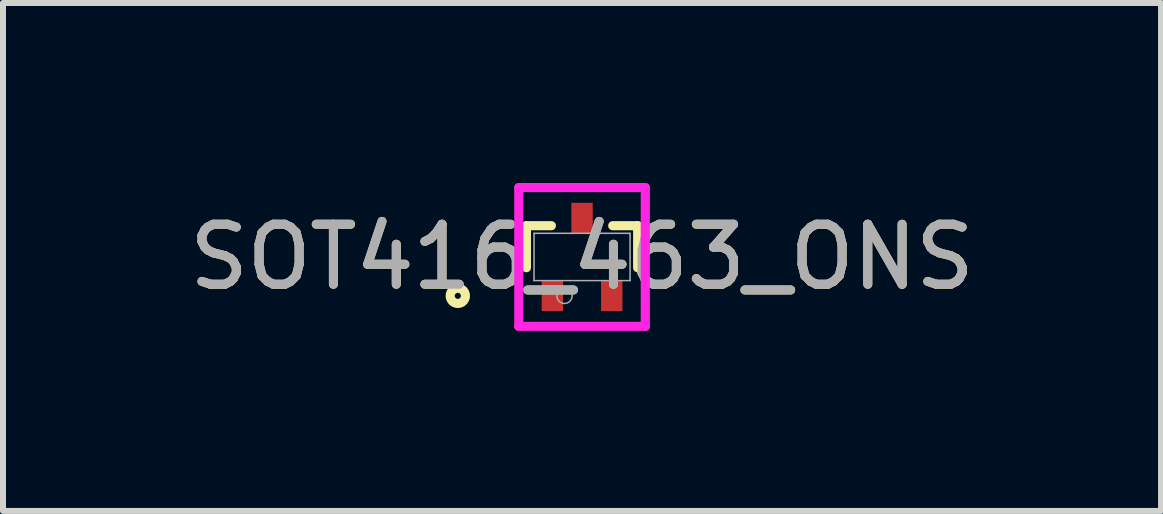
<source format=kicad_pcb>
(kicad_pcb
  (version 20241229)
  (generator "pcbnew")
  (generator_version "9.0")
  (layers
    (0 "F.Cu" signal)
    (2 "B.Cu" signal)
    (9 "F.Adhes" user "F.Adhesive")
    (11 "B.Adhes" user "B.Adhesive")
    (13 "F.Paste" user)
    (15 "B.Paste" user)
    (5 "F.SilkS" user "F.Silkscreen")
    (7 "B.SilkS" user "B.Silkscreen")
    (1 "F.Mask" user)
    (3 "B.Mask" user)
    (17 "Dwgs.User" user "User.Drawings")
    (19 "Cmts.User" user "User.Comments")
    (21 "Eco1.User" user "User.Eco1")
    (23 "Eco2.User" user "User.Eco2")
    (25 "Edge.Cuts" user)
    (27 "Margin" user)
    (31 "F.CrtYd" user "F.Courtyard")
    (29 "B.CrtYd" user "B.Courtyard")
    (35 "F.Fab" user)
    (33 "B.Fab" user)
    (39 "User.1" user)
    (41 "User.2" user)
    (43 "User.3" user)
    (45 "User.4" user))
  (footprint "SOT416_463_ONS"
    (layer "F.Cu")
    (at 6.649 1.232)
    (property "Reference" "SOT416_463_ONS" (at 0 0 0) (unlocked yes) (layer "F.SilkS") (effects (font (size 1 1) (thickness 0.15))))
    (attr smd)
    (fp_line (start -0.927 -0.521) (end -0.927 0.179) (stroke (width 0.152) (type solid)) (layer "F.SilkS"))
    (fp_line (start -0.511 -0.521) (end -0.927 -0.521) (stroke (width 0.152) (type solid)) (layer "F.SilkS"))
    (fp_line (start 0.927 -0.521) (end 0.511 -0.521) (stroke (width 0.152) (type solid)) (layer "F.SilkS"))
    (fp_line (start 0.927 0.179) (end 0.927 -0.521) (stroke (width 0.152) (type solid)) (layer "F.SilkS"))
    (fp_circle (center -2.07 0.648) (end -1.943 0.648) (stroke (width 0.152) (type solid)) (fill no) (layer "F.SilkS"))
    (fp_line (start -1.054 -1.156) (end 1.054 -1.156) (stroke (width 0.152) (type solid)) (layer "F.CrtYd"))
    (fp_line (start -1.054 1.156) (end -1.054 -1.156) (stroke (width 0.152) (type solid)) (layer "F.CrtYd"))
    (fp_line (start 1.054 -1.156) (end 1.054 1.156) (stroke (width 0.152) (type solid)) (layer "F.CrtYd"))
    (fp_line (start 1.054 1.156) (end -1.054 1.156) (stroke (width 0.152) (type solid)) (layer "F.CrtYd"))
    (fp_line (start -0.8 -0.394) (end -0.8 0.394) (stroke (width 0.025) (type solid)) (layer "F.Fab"))
    (fp_line (start -0.8 0.394) (end 0.8 0.394) (stroke (width 0.025) (type solid)) (layer "F.Fab"))
    (fp_line (start 0.8 -0.394) (end -0.8 -0.394) (stroke (width 0.025) (type solid)) (layer "F.Fab"))
    (fp_line (start 0.8 0.394) (end 0.8 -0.394) (stroke (width 0.025) (type solid)) (layer "F.Fab"))
    (fp_circle (center -0.292 0.648) (end -0.165 0.648) (stroke (width 0.025) (type solid)) (fill no) (layer "F.Fab"))
    (fp_text user "${REFERENCE}" (at 0 0 0) (unlocked yes) (layer "F.Fab") (effects (font (size 1 1) (thickness 0.15))))
    (pad "1" smd rect (at -0.495 0.648) (size 0.356 0.508) (layers "F.Cu" "F.Mask" "F.Paste"))
    (pad "2" smd rect (at 0.495 0.648) (size 0.356 0.508) (layers "F.Cu" "F.Mask" "F.Paste"))
    (pad "3" smd rect (at 0 -0.648) (size 0.356 0.508) (layers "F.Cu" "F.Mask" "F.Paste")))
  (gr_rect
    (start -3 -3)
    (end 16.298 5.464)
    (stroke (width 0.1) (type default))
    (fill no)
    (layer "Edge.Cuts")))
</source>
